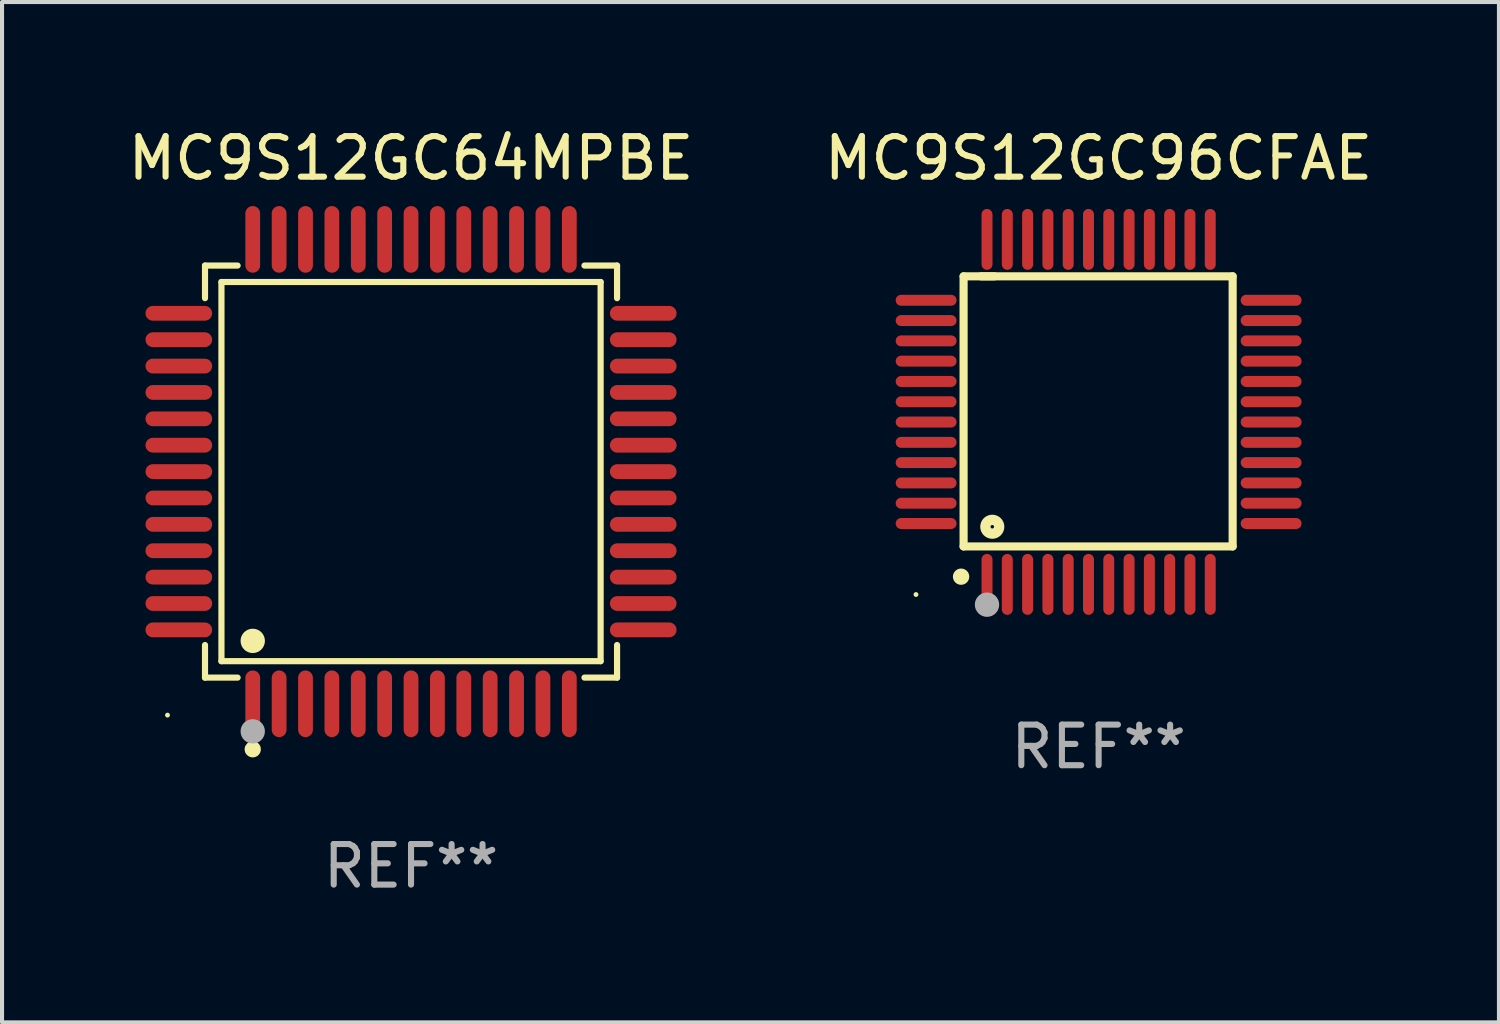
<source format=kicad_pcb>
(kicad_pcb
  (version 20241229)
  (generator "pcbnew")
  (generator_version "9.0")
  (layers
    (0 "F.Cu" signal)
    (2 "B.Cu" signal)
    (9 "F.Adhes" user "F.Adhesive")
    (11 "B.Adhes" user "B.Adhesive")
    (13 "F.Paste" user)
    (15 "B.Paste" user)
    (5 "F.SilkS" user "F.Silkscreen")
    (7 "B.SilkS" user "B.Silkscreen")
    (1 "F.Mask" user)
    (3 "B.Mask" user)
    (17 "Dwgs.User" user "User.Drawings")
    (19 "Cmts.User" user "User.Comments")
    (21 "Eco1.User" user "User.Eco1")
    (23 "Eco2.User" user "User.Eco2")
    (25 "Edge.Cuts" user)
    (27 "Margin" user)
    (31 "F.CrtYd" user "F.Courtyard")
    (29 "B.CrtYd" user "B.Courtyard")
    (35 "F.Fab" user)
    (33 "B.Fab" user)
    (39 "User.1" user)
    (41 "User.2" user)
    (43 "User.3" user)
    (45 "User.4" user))
  (footprint "MC9S12GC64MPBE"
    (layer "F.Cu")
    (at 7.077 8.569)
    (property "Reference" "MC9S12GC64MPBE" (at 0 -7.721 0) (layer "F.SilkS") (effects (font (size 1 1) (thickness 0.15))))
    (attr through_hole)
    (fp_line (start -5.076 -5.076) (end -4.273 -5.076) (stroke (width 0.152) (type solid)) (layer "F.SilkS"))
    (fp_line (start -5.076 -4.273) (end -5.076 -5.076) (stroke (width 0.152) (type solid)) (layer "F.SilkS"))
    (fp_line (start -5.076 4.273) (end -5.076 5.076) (stroke (width 0.152) (type solid)) (layer "F.SilkS"))
    (fp_line (start -5.076 5.076) (end -4.273 5.076) (stroke (width 0.152) (type solid)) (layer "F.SilkS"))
    (fp_line (start -4.671 -4.671) (end 4.671 -4.671) (stroke (width 0.152) (type solid)) (layer "F.SilkS"))
    (fp_line (start -4.671 4.671) (end -4.671 -4.671) (stroke (width 0.152) (type solid)) (layer "F.SilkS"))
    (fp_line (start 4.671 -4.671) (end 4.671 4.671) (stroke (width 0.152) (type solid)) (layer "F.SilkS"))
    (fp_line (start 4.671 4.671) (end -4.671 4.671) (stroke (width 0.152) (type solid)) (layer "F.SilkS"))
    (fp_line (start 5.076 -5.076) (end 4.273 -5.076) (stroke (width 0.152) (type solid)) (layer "F.SilkS"))
    (fp_line (start 5.076 -4.273) (end 5.076 -5.076) (stroke (width 0.152) (type solid)) (layer "F.SilkS"))
    (fp_line (start 5.076 4.273) (end 5.076 5.076) (stroke (width 0.152) (type solid)) (layer "F.SilkS"))
    (fp_line (start 5.076 5.076) (end 4.273 5.076) (stroke (width 0.152) (type solid)) (layer "F.SilkS"))
    (fp_circle (center -6 6) (end -5.97 6) (stroke (width 0.06) (type solid)) (fill no) (layer "F.SilkS"))
    (fp_circle (center -3.9 4.171) (end -3.75 4.171) (stroke (width 0.3) (type solid)) (fill no) (layer "F.SilkS"))
    (fp_circle (center -3.9 6.842) (end -3.8 6.842) (stroke (width 0.2) (type solid)) (fill no) (layer "F.SilkS"))
    (fp_circle (center -3.9 6.4) (end -3.75 6.4) (stroke (width 0.3) (type solid)) (fill no) (layer "F.Fab"))
    (fp_text user "REF**" (at 0 9.721 0) (layer "F.Fab") (effects (font (size 1 1) (thickness 0.15))))
    (pad "1" smd oval (at -3.9 5.721) (size 0.364 1.642) (layers "F.Cu" "F.Mask" "F.Paste"))
    (pad "2" smd oval (at -3.25 5.721) (size 0.364 1.642) (layers "F.Cu" "F.Mask" "F.Paste"))
    (pad "3" smd oval (at -2.6 5.721) (size 0.364 1.642) (layers "F.Cu" "F.Mask" "F.Paste"))
    (pad "4" smd oval (at -1.95 5.721) (size 0.364 1.642) (layers "F.Cu" "F.Mask" "F.Paste"))
    (pad "5" smd oval (at -1.3 5.721) (size 0.364 1.642) (layers "F.Cu" "F.Mask" "F.Paste"))
    (pad "6" smd oval (at -0.65 5.721) (size 0.364 1.642) (layers "F.Cu" "F.Mask" "F.Paste"))
    (pad "7" smd oval (at 0 5.721) (size 0.364 1.642) (layers "F.Cu" "F.Mask" "F.Paste"))
    (pad "8" smd oval (at 0.65 5.721) (size 0.364 1.642) (layers "F.Cu" "F.Mask" "F.Paste"))
    (pad "9" smd oval (at 1.3 5.721) (size 0.364 1.642) (layers "F.Cu" "F.Mask" "F.Paste"))
    (pad "10" smd oval (at 1.95 5.721) (size 0.364 1.642) (layers "F.Cu" "F.Mask" "F.Paste"))
    (pad "11" smd oval (at 2.6 5.721) (size 0.364 1.642) (layers "F.Cu" "F.Mask" "F.Paste"))
    (pad "12" smd oval (at 3.25 5.721) (size 0.364 1.642) (layers "F.Cu" "F.Mask" "F.Paste"))
    (pad "13" smd oval (at 3.9 5.721) (size 0.364 1.642) (layers "F.Cu" "F.Mask" "F.Paste"))
    (pad "14" smd oval (at 5.721 3.9) (size 1.642 0.364) (layers "F.Cu" "F.Mask" "F.Paste"))
    (pad "15" smd oval (at 5.721 3.25) (size 1.642 0.364) (layers "F.Cu" "F.Mask" "F.Paste"))
    (pad "16" smd oval (at 5.721 2.6) (size 1.642 0.364) (layers "F.Cu" "F.Mask" "F.Paste"))
    (pad "17" smd oval (at 5.721 1.95) (size 1.642 0.364) (layers "F.Cu" "F.Mask" "F.Paste"))
    (pad "18" smd oval (at 5.721 1.3) (size 1.642 0.364) (layers "F.Cu" "F.Mask" "F.Paste"))
    (pad "19" smd oval (at 5.721 0.65) (size 1.642 0.364) (layers "F.Cu" "F.Mask" "F.Paste"))
    (pad "20" smd oval (at 5.721 0) (size 1.642 0.364) (layers "F.Cu" "F.Mask" "F.Paste"))
    (pad "21" smd oval (at 5.721 -0.65) (size 1.642 0.364) (layers "F.Cu" "F.Mask" "F.Paste"))
    (pad "22" smd oval (at 5.721 -1.3) (size 1.642 0.364) (layers "F.Cu" "F.Mask" "F.Paste"))
    (pad "23" smd oval (at 5.721 -1.95) (size 1.642 0.364) (layers "F.Cu" "F.Mask" "F.Paste"))
    (pad "24" smd oval (at 5.721 -2.6) (size 1.642 0.364) (layers "F.Cu" "F.Mask" "F.Paste"))
    (pad "25" smd oval (at 5.721 -3.25) (size 1.642 0.364) (layers "F.Cu" "F.Mask" "F.Paste"))
    (pad "26" smd oval (at 5.721 -3.9) (size 1.642 0.364) (layers "F.Cu" "F.Mask" "F.Paste"))
    (pad "27" smd oval (at 3.9 -5.721) (size 0.364 1.642) (layers "F.Cu" "F.Mask" "F.Paste"))
    (pad "28" smd oval (at 3.25 -5.721) (size 0.364 1.642) (layers "F.Cu" "F.Mask" "F.Paste"))
    (pad "29" smd oval (at 2.6 -5.721) (size 0.364 1.642) (layers "F.Cu" "F.Mask" "F.Paste"))
    (pad "30" smd oval (at 1.95 -5.721) (size 0.364 1.642) (layers "F.Cu" "F.Mask" "F.Paste"))
    (pad "31" smd oval (at 1.3 -5.721) (size 0.364 1.642) (layers "F.Cu" "F.Mask" "F.Paste"))
    (pad "32" smd oval (at 0.65 -5.721) (size 0.364 1.642) (layers "F.Cu" "F.Mask" "F.Paste"))
    (pad "33" smd oval (at 0 -5.721) (size 0.364 1.642) (layers "F.Cu" "F.Mask" "F.Paste"))
    (pad "34" smd oval (at -0.65 -5.721) (size 0.364 1.642) (layers "F.Cu" "F.Mask" "F.Paste"))
    (pad "35" smd oval (at -1.3 -5.721) (size 0.364 1.642) (layers "F.Cu" "F.Mask" "F.Paste"))
    (pad "36" smd oval (at -1.95 -5.721) (size 0.364 1.642) (layers "F.Cu" "F.Mask" "F.Paste"))
    (pad "37" smd oval (at -2.6 -5.721) (size 0.364 1.642) (layers "F.Cu" "F.Mask" "F.Paste"))
    (pad "38" smd oval (at -3.25 -5.721) (size 0.364 1.642) (layers "F.Cu" "F.Mask" "F.Paste"))
    (pad "39" smd oval (at -3.9 -5.721) (size 0.364 1.642) (layers "F.Cu" "F.Mask" "F.Paste"))
    (pad "40" smd oval (at -5.721 -3.9) (size 1.642 0.364) (layers "F.Cu" "F.Mask" "F.Paste"))
    (pad "41" smd oval (at -5.721 -3.25) (size 1.642 0.364) (layers "F.Cu" "F.Mask" "F.Paste"))
    (pad "42" smd oval (at -5.721 -2.6) (size 1.642 0.364) (layers "F.Cu" "F.Mask" "F.Paste"))
    (pad "43" smd oval (at -5.721 -1.95) (size 1.642 0.364) (layers "F.Cu" "F.Mask" "F.Paste"))
    (pad "44" smd oval (at -5.721 -1.3) (size 1.642 0.364) (layers "F.Cu" "F.Mask" "F.Paste"))
    (pad "45" smd oval (at -5.721 -0.65) (size 1.642 0.364) (layers "F.Cu" "F.Mask" "F.Paste"))
    (pad "46" smd oval (at -5.721 0) (size 1.642 0.364) (layers "F.Cu" "F.Mask" "F.Paste"))
    (pad "47" smd oval (at -5.721 0.65) (size 1.642 0.364) (layers "F.Cu" "F.Mask" "F.Paste"))
    (pad "48" smd oval (at -5.721 1.3) (size 1.642 0.364) (layers "F.Cu" "F.Mask" "F.Paste"))
    (pad "49" smd oval (at -5.721 1.95) (size 1.642 0.364) (layers "F.Cu" "F.Mask" "F.Paste"))
    (pad "50" smd oval (at -5.721 2.6) (size 1.642 0.364) (layers "F.Cu" "F.Mask" "F.Paste"))
    (pad "51" smd oval (at -5.721 3.25) (size 1.642 0.364) (layers "F.Cu" "F.Mask" "F.Paste"))
    (pad "52" smd oval (at -5.721 3.9) (size 1.642 0.364) (layers "F.Cu" "F.Mask" "F.Paste")))
  (footprint "MC9S12GC96CFAE"
    (layer "F.Cu")
    (at 24.018 7.098)
    (property "Reference" "MC9S12GC96CFAE" (at 0 -6.25 0) (layer "F.SilkS") (effects (font (size 1 1) (thickness 0.15))))
    (attr through_hole)
    (fp_line (start -3.327 -3.34) (end -2.565 -3.34) (stroke (width 0.2) (type solid)) (layer "F.SilkS"))
    (fp_line (start -3.327 3.315) (end -3.327 -3.34) (stroke (width 0.2) (type solid)) (layer "F.SilkS"))
    (fp_line (start -2.896 -3.34) (end 3.302 -3.34) (stroke (width 0.2) (type solid)) (layer "F.SilkS"))
    (fp_line (start 3.302 -3.34) (end 3.302 3.315) (stroke (width 0.2) (type solid)) (layer "F.SilkS"))
    (fp_line (start 3.302 3.315) (end -3.327 3.315) (stroke (width 0.2) (type solid)) (layer "F.SilkS"))
    (fp_arc (start -3.389992 4.059995) (mid -3.388722 4.059991) (end -3.387452 4.059995) (stroke (width 0.4) (type solid)) (layer "F.SilkS"))
    (fp_circle (center -4.5 4.5) (end -4.47 4.5) (stroke (width 0.06) (type solid)) (fill no) (layer "F.SilkS"))
    (fp_circle (center -2.62 2.83) (end -2.45 2.83) (stroke (width 0.254) (type solid)) (fill no) (layer "F.SilkS"))
    (fp_circle (center -2.75 4.75) (end -2.6 4.75) (stroke (width 0.3) (type solid)) (fill no) (layer "F.Fab"))
    (fp_text user "REF**" (at 0 8.25 0) (layer "F.Fab") (effects (font (size 1 1) (thickness 0.15))))
    (pad "1" smd oval (at -2.75 4.25) (size 0.27 1.5) (layers "F.Cu" "F.Mask" "F.Paste"))
    (pad "2" smd oval (at -2.25 4.25) (size 0.27 1.5) (layers "F.Cu" "F.Mask" "F.Paste"))
    (pad "3" smd oval (at -1.75 4.25) (size 0.27 1.5) (layers "F.Cu" "F.Mask" "F.Paste"))
    (pad "4" smd oval (at -1.25 4.25) (size 0.27 1.5) (layers "F.Cu" "F.Mask" "F.Paste"))
    (pad "5" smd oval (at -0.75 4.25) (size 0.27 1.5) (layers "F.Cu" "F.Mask" "F.Paste"))
    (pad "6" smd oval (at -0.25 4.25) (size 0.27 1.5) (layers "F.Cu" "F.Mask" "F.Paste"))
    (pad "7" smd oval (at 0.25 4.25) (size 0.27 1.5) (layers "F.Cu" "F.Mask" "F.Paste"))
    (pad "8" smd oval (at 0.75 4.25) (size 0.27 1.5) (layers "F.Cu" "F.Mask" "F.Paste"))
    (pad "9" smd oval (at 1.25 4.25) (size 0.27 1.5) (layers "F.Cu" "F.Mask" "F.Paste"))
    (pad "10" smd oval (at 1.75 4.25) (size 0.27 1.5) (layers "F.Cu" "F.Mask" "F.Paste"))
    (pad "11" smd oval (at 2.25 4.25) (size 0.27 1.5) (layers "F.Cu" "F.Mask" "F.Paste"))
    (pad "12" smd oval (at 2.75 4.25) (size 0.27 1.5) (layers "F.Cu" "F.Mask" "F.Paste"))
    (pad "13" smd oval (at 4.25 2.75) (size 1.5 0.27) (layers "F.Cu" "F.Mask" "F.Paste"))
    (pad "14" smd oval (at 4.25 2.25) (size 1.5 0.27) (layers "F.Cu" "F.Mask" "F.Paste"))
    (pad "15" smd oval (at 4.25 1.75) (size 1.5 0.27) (layers "F.Cu" "F.Mask" "F.Paste"))
    (pad "16" smd oval (at 4.25 1.25) (size 1.5 0.27) (layers "F.Cu" "F.Mask" "F.Paste"))
    (pad "17" smd oval (at 4.25 0.75) (size 1.5 0.27) (layers "F.Cu" "F.Mask" "F.Paste"))
    (pad "18" smd oval (at 4.25 0.25) (size 1.5 0.27) (layers "F.Cu" "F.Mask" "F.Paste"))
    (pad "19" smd oval (at 4.25 -0.25) (size 1.5 0.27) (layers "F.Cu" "F.Mask" "F.Paste"))
    (pad "20" smd oval (at 4.25 -0.75) (size 1.5 0.27) (layers "F.Cu" "F.Mask" "F.Paste"))
    (pad "21" smd oval (at 4.25 -1.25) (size 1.5 0.27) (layers "F.Cu" "F.Mask" "F.Paste"))
    (pad "22" smd oval (at 4.25 -1.75) (size 1.5 0.27) (layers "F.Cu" "F.Mask" "F.Paste"))
    (pad "23" smd oval (at 4.25 -2.25) (size 1.5 0.27) (layers "F.Cu" "F.Mask" "F.Paste"))
    (pad "24" smd oval (at 4.25 -2.75) (size 1.5 0.27) (layers "F.Cu" "F.Mask" "F.Paste"))
    (pad "25" smd oval (at 2.75 -4.25) (size 0.27 1.5) (layers "F.Cu" "F.Mask" "F.Paste"))
    (pad "26" smd oval (at 2.25 -4.25) (size 0.27 1.5) (layers "F.Cu" "F.Mask" "F.Paste"))
    (pad "27" smd oval (at 1.75 -4.25) (size 0.27 1.5) (layers "F.Cu" "F.Mask" "F.Paste"))
    (pad "28" smd oval (at 1.25 -4.25) (size 0.27 1.5) (layers "F.Cu" "F.Mask" "F.Paste"))
    (pad "29" smd oval (at 0.75 -4.25) (size 0.27 1.5) (layers "F.Cu" "F.Mask" "F.Paste"))
    (pad "30" smd oval (at 0.25 -4.25) (size 0.27 1.5) (layers "F.Cu" "F.Mask" "F.Paste"))
    (pad "31" smd oval (at -0.25 -4.25) (size 0.27 1.5) (layers "F.Cu" "F.Mask" "F.Paste"))
    (pad "32" smd oval (at -0.75 -4.25) (size 0.27 1.5) (layers "F.Cu" "F.Mask" "F.Paste"))
    (pad "33" smd oval (at -1.25 -4.25) (size 0.27 1.5) (layers "F.Cu" "F.Mask" "F.Paste"))
    (pad "34" smd oval (at -1.75 -4.25) (size 0.27 1.5) (layers "F.Cu" "F.Mask" "F.Paste"))
    (pad "35" smd oval (at -2.25 -4.25) (size 0.27 1.5) (layers "F.Cu" "F.Mask" "F.Paste"))
    (pad "36" smd oval (at -2.75 -4.25) (size 0.27 1.5) (layers "F.Cu" "F.Mask" "F.Paste"))
    (pad "37" smd oval (at -4.25 -2.75) (size 1.5 0.27) (layers "F.Cu" "F.Mask" "F.Paste"))
    (pad "38" smd oval (at -4.25 -2.25) (size 1.5 0.27) (layers "F.Cu" "F.Mask" "F.Paste"))
    (pad "39" smd oval (at -4.25 -1.75) (size 1.5 0.27) (layers "F.Cu" "F.Mask" "F.Paste"))
    (pad "40" smd oval (at -4.25 -1.25) (size 1.5 0.27) (layers "F.Cu" "F.Mask" "F.Paste"))
    (pad "41" smd oval (at -4.25 -0.75) (size 1.5 0.27) (layers "F.Cu" "F.Mask" "F.Paste"))
    (pad "42" smd oval (at -4.25 -0.25) (size 1.5 0.27) (layers "F.Cu" "F.Mask" "F.Paste"))
    (pad "43" smd oval (at -4.25 0.25) (size 1.5 0.27) (layers "F.Cu" "F.Mask" "F.Paste"))
    (pad "44" smd oval (at -4.25 0.75) (size 1.5 0.27) (layers "F.Cu" "F.Mask" "F.Paste"))
    (pad "45" smd oval (at -4.25 1.25) (size 1.5 0.27) (layers "F.Cu" "F.Mask" "F.Paste"))
    (pad "46" smd oval (at -4.25 1.75) (size 1.5 0.27) (layers "F.Cu" "F.Mask" "F.Paste"))
    (pad "47" smd oval (at -4.25 2.25) (size 1.5 0.27) (layers "F.Cu" "F.Mask" "F.Paste"))
    (pad "48" smd oval (at -4.25 2.75) (size 1.5 0.27) (layers "F.Cu" "F.Mask" "F.Paste")))
  (gr_rect
    (start -3 -3)
    (end 33.881 22.139)
    (stroke (width 0.1) (type default))
    (fill no)
    (layer "Edge.Cuts")))
</source>
